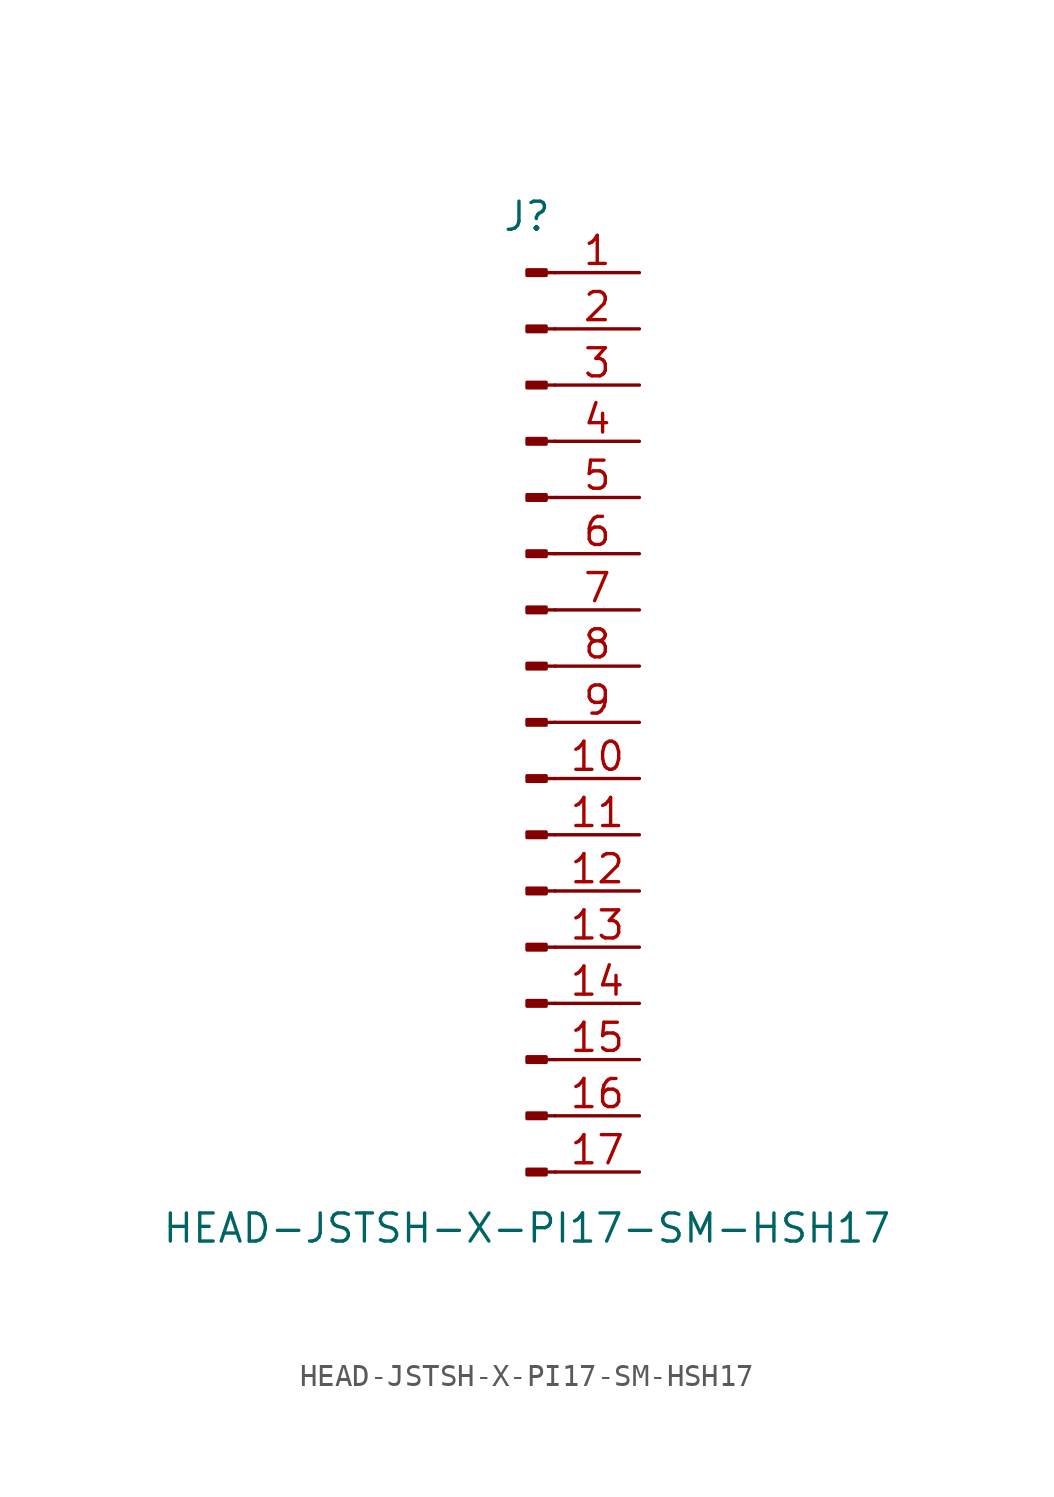
<source format=kicad_sym>
(kicad_symbol_lib
  (version 20211014)
  (generator kicad_symbol_editor)
  (symbol "HEAD-JSTSH-X-PI17-SM-HSH17"
    (pin_names
      (offset 1.016) hide)
    (property "Reference" "J"
      (at 0 22.86 0)
      (effects (font (size 1.27 1.27))))
    (property "Value" "HEAD-JSTSH-X-PI17-SM-HSH17"
      (at 0 -22.86 0)
      (effects (font (size 1.27 1.27))))
    (symbol "HEAD-JSTSH-X-PI17-SM-HSH17_1_1"
      (polyline (pts (xy 1.27 -20.32) (xy 0.864 -20.32)) (stroke (width 0.152) (type default) (color 0 0 0 0)) (fill (type none)))
      (polyline (pts (xy 1.27 -17.78) (xy 0.864 -17.78)) (stroke (width 0.152) (type default) (color 0 0 0 0)) (fill (type none)))
      (polyline (pts (xy 1.27 -15.24) (xy 0.864 -15.24)) (stroke (width 0.152) (type default) (color 0 0 0 0)) (fill (type none)))
      (polyline (pts (xy 1.27 -12.7) (xy 0.864 -12.7)) (stroke (width 0.152) (type default) (color 0 0 0 0)) (fill (type none)))
      (polyline (pts (xy 1.27 -10.16) (xy 0.864 -10.16)) (stroke (width 0.152) (type default) (color 0 0 0 0)) (fill (type none)))
      (polyline (pts (xy 1.27 -7.62) (xy 0.864 -7.62)) (stroke (width 0.152) (type default) (color 0 0 0 0)) (fill (type none)))
      (polyline (pts (xy 1.27 -5.08) (xy 0.864 -5.08)) (stroke (width 0.152) (type default) (color 0 0 0 0)) (fill (type none)))
      (polyline (pts (xy 1.27 -2.54) (xy 0.864 -2.54)) (stroke (width 0.152) (type default) (color 0 0 0 0)) (fill (type none)))
      (polyline (pts (xy 1.27 0) (xy 0.864 0)) (stroke (width 0.152) (type default) (color 0 0 0 0)) (fill (type none)))
      (polyline (pts (xy 1.27 2.54) (xy 0.864 2.54)) (stroke (width 0.152) (type default) (color 0 0 0 0)) (fill (type none)))
      (polyline (pts (xy 1.27 5.08) (xy 0.864 5.08)) (stroke (width 0.152) (type default) (color 0 0 0 0)) (fill (type none)))
      (polyline (pts (xy 1.27 7.62) (xy 0.864 7.62)) (stroke (width 0.152) (type default) (color 0 0 0 0)) (fill (type none)))
      (polyline (pts (xy 1.27 10.16) (xy 0.864 10.16)) (stroke (width 0.152) (type default) (color 0 0 0 0)) (fill (type none)))
      (polyline (pts (xy 1.27 12.7) (xy 0.864 12.7)) (stroke (width 0.152) (type default) (color 0 0 0 0)) (fill (type none)))
      (polyline (pts (xy 1.27 15.24) (xy 0.864 15.24)) (stroke (width 0.152) (type default) (color 0 0 0 0)) (fill (type none)))
      (polyline (pts (xy 1.27 17.78) (xy 0.864 17.78)) (stroke (width 0.152) (type default) (color 0 0 0 0)) (fill (type none)))
      (polyline (pts (xy 1.27 20.32) (xy 0.864 20.32)) (stroke (width 0.152) (type default) (color 0 0 0 0)) (fill (type none)))
      (rectangle (start 0.864 -20.193) (end 0 -20.447) (stroke (width 0.152) (type default) (color 0 0 0 0)) (fill (type outline)))
      (rectangle (start 0.864 -17.653) (end 0 -17.907) (stroke (width 0.152) (type default) (color 0 0 0 0)) (fill (type outline)))
      (rectangle (start 0.864 -15.113) (end 0 -15.367) (stroke (width 0.152) (type default) (color 0 0 0 0)) (fill (type outline)))
      (rectangle (start 0.864 -12.573) (end 0 -12.827) (stroke (width 0.152) (type default) (color 0 0 0 0)) (fill (type outline)))
      (rectangle (start 0.864 -10.033) (end 0 -10.287) (stroke (width 0.152) (type default) (color 0 0 0 0)) (fill (type outline)))
      (rectangle (start 0.864 -7.493) (end 0 -7.747) (stroke (width 0.152) (type default) (color 0 0 0 0)) (fill (type outline)))
      (rectangle (start 0.864 -4.953) (end 0 -5.207) (stroke (width 0.152) (type default) (color 0 0 0 0)) (fill (type outline)))
      (rectangle (start 0.864 -2.413) (end 0 -2.667) (stroke (width 0.152) (type default) (color 0 0 0 0)) (fill (type outline)))
      (rectangle (start 0.864 0.127) (end 0 -0.127) (stroke (width 0.152) (type default) (color 0 0 0 0)) (fill (type outline)))
      (rectangle (start 0.864 2.667) (end 0 2.413) (stroke (width 0.152) (type default) (color 0 0 0 0)) (fill (type outline)))
      (rectangle (start 0.864 5.207) (end 0 4.953) (stroke (width 0.152) (type default) (color 0 0 0 0)) (fill (type outline)))
      (rectangle (start 0.864 7.747) (end 0 7.493) (stroke (width 0.152) (type default) (color 0 0 0 0)) (fill (type outline)))
      (rectangle (start 0.864 10.287) (end 0 10.033) (stroke (width 0.152) (type default) (color 0 0 0 0)) (fill (type outline)))
      (rectangle (start 0.864 12.827) (end 0 12.573) (stroke (width 0.152) (type default) (color 0 0 0 0)) (fill (type outline)))
      (rectangle (start 0.864 15.367) (end 0 15.113) (stroke (width 0.152) (type default) (color 0 0 0 0)) (fill (type outline)))
      (rectangle (start 0.864 17.907) (end 0 17.653) (stroke (width 0.152) (type default) (color 0 0 0 0)) (fill (type outline)))
      (rectangle (start 0.864 20.447) (end 0 20.193) (stroke (width 0.152) (type default) (color 0 0 0 0)) (fill (type outline)))
      (pin passive line (at 5.08 20.32 180) (length 3.81) (name "Pin_1" (effects (font (size 1.27 1.27)))) (number "1" (effects (font (size 1.27 1.27)))))
      (pin passive line (at 5.08 -2.54 180) (length 3.81) (name "Pin_10" (effects (font (size 1.27 1.27)))) (number "10" (effects (font (size 1.27 1.27)))))
      (pin passive line (at 5.08 -5.08 180) (length 3.81) (name "Pin_11" (effects (font (size 1.27 1.27)))) (number "11" (effects (font (size 1.27 1.27)))))
      (pin passive line (at 5.08 -7.62 180) (length 3.81) (name "Pin_12" (effects (font (size 1.27 1.27)))) (number "12" (effects (font (size 1.27 1.27)))))
      (pin passive line (at 5.08 -10.16 180) (length 3.81) (name "Pin_13" (effects (font (size 1.27 1.27)))) (number "13" (effects (font (size 1.27 1.27)))))
      (pin passive line (at 5.08 -12.7 180) (length 3.81) (name "Pin_14" (effects (font (size 1.27 1.27)))) (number "14" (effects (font (size 1.27 1.27)))))
      (pin passive line (at 5.08 -15.24 180) (length 3.81) (name "Pin_15" (effects (font (size 1.27 1.27)))) (number "15" (effects (font (size 1.27 1.27)))))
      (pin passive line (at 5.08 -17.78 180) (length 3.81) (name "Pin_16" (effects (font (size 1.27 1.27)))) (number "16" (effects (font (size 1.27 1.27)))))
      (pin passive line (at 5.08 -20.32 180) (length 3.81) (name "Pin_17" (effects (font (size 1.27 1.27)))) (number "17" (effects (font (size 1.27 1.27)))))
      (pin passive line (at 5.08 17.78 180) (length 3.81) (name "Pin_2" (effects (font (size 1.27 1.27)))) (number "2" (effects (font (size 1.27 1.27)))))
      (pin passive line (at 5.08 15.24 180) (length 3.81) (name "Pin_3" (effects (font (size 1.27 1.27)))) (number "3" (effects (font (size 1.27 1.27)))))
      (pin passive line (at 5.08 12.7 180) (length 3.81) (name "Pin_4" (effects (font (size 1.27 1.27)))) (number "4" (effects (font (size 1.27 1.27)))))
      (pin passive line (at 5.08 10.16 180) (length 3.81) (name "Pin_5" (effects (font (size 1.27 1.27)))) (number "5" (effects (font (size 1.27 1.27)))))
      (pin passive line (at 5.08 7.62 180) (length 3.81) (name "Pin_6" (effects (font (size 1.27 1.27)))) (number "6" (effects (font (size 1.27 1.27)))))
      (pin passive line (at 5.08 5.08 180) (length 3.81) (name "Pin_7" (effects (font (size 1.27 1.27)))) (number "7" (effects (font (size 1.27 1.27)))))
      (pin passive line (at 5.08 2.54 180) (length 3.81) (name "Pin_8" (effects (font (size 1.27 1.27)))) (number "8" (effects (font (size 1.27 1.27)))))
      (pin passive line (at 5.08 0 180) (length 3.81) (name "Pin_9" (effects (font (size 1.27 1.27)))) (number "9" (effects (font (size 1.27 1.27))))))))
</source>
